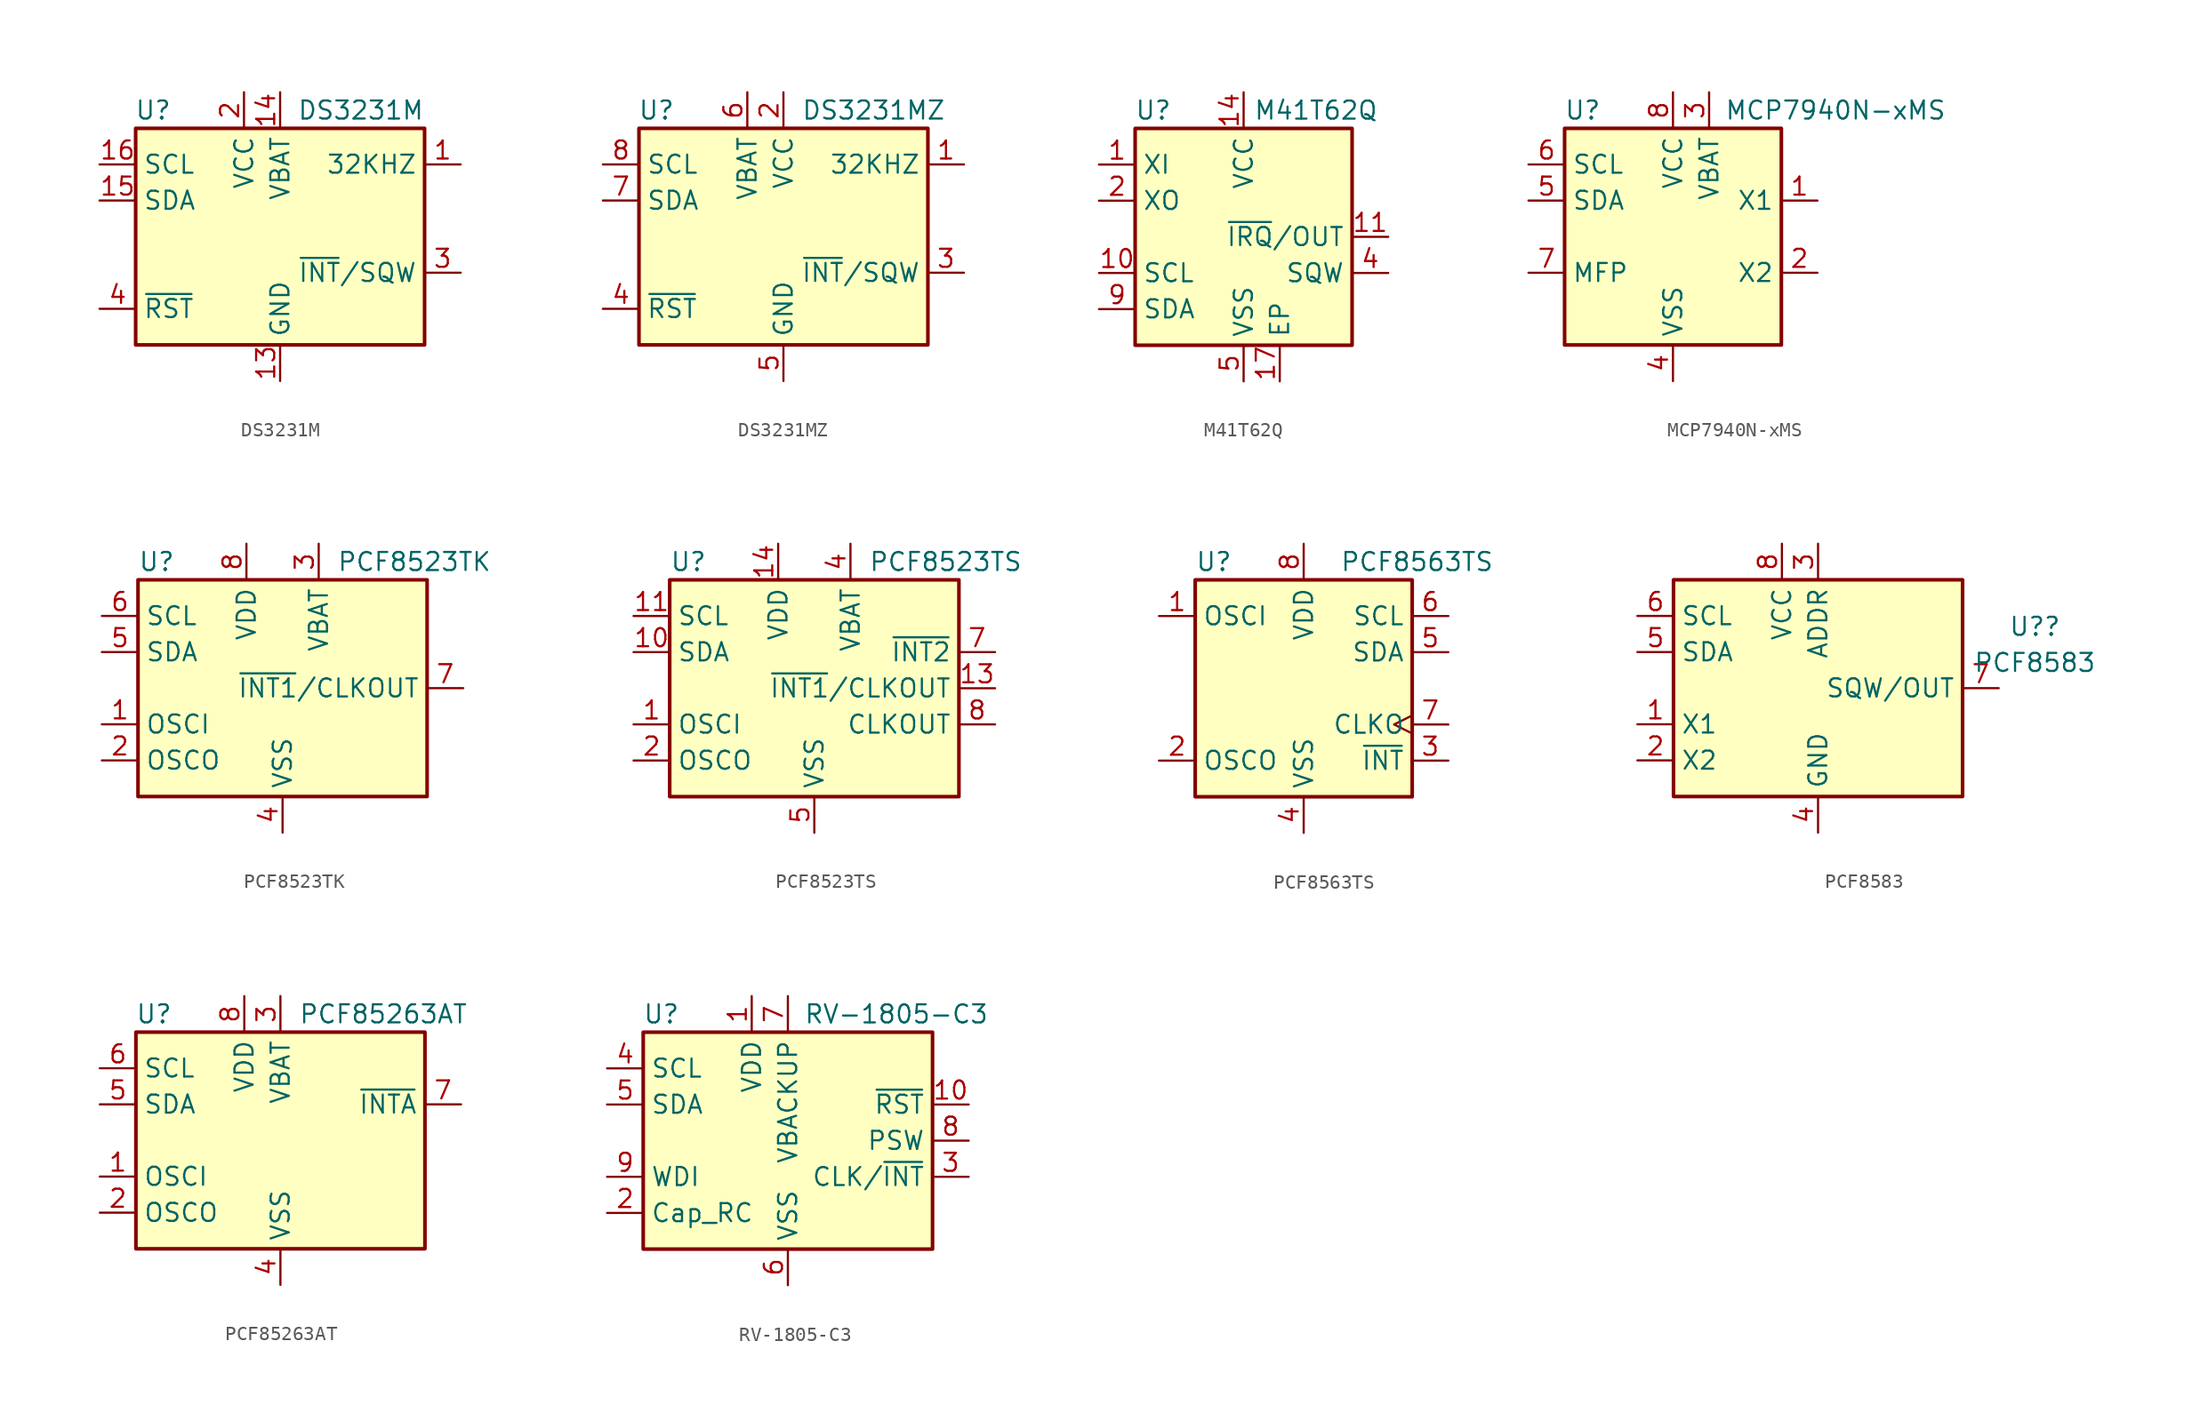
<source format=kicad_sym>
(kicad_symbol_lib
  (version 20211014)
  (generator kicad_symbol_editor)
  (symbol "DS3231M"
    (property "Reference" "U"
      (at -7.62 8.89 0)
      (effects (font (size 1.27 1.27)) (justify right)))
    (property "Value" "DS3231M"
      (at 10.16 8.89 0)
      (effects (font (size 1.27 1.27)) (justify right)))
    (symbol "DS3231M_0_1"
      (rectangle (start -10.16 7.62) (end 10.16 -7.62) (stroke (width 0.254) (type default) (color 0 0 0 0)) (fill (type background))))
    (symbol "DS3231M_1_1"
      (pin open_collector line (at 12.7 5.08 180) (length 2.54) (name "32KHZ" (effects (font (size 1.27 1.27)))) (number "1" (effects (font (size 1.27 1.27)))))
      (pin passive line (at 0 -10.16 90) (length 2.54) hide (name "GND" (effects (font (size 1.27 1.27)))) (number "10" (effects (font (size 1.27 1.27)))))
      (pin passive line (at 0 -10.16 90) (length 2.54) hide (name "GND" (effects (font (size 1.27 1.27)))) (number "11" (effects (font (size 1.27 1.27)))))
      (pin passive line (at 0 -10.16 90) (length 2.54) hide (name "GND" (effects (font (size 1.27 1.27)))) (number "12" (effects (font (size 1.27 1.27)))))
      (pin power_in line (at 0 -10.16 90) (length 2.54) (name "GND" (effects (font (size 1.27 1.27)))) (number "13" (effects (font (size 1.27 1.27)))))
      (pin power_in line (at 0 10.16 270) (length 2.54) (name "VBAT" (effects (font (size 1.27 1.27)))) (number "14" (effects (font (size 1.27 1.27)))))
      (pin bidirectional line (at -12.7 2.54 0) (length 2.54) (name "SDA" (effects (font (size 1.27 1.27)))) (number "15" (effects (font (size 1.27 1.27)))))
      (pin input line (at -12.7 5.08 0) (length 2.54) (name "SCL" (effects (font (size 1.27 1.27)))) (number "16" (effects (font (size 1.27 1.27)))))
      (pin power_in line (at -2.54 10.16 270) (length 2.54) (name "VCC" (effects (font (size 1.27 1.27)))) (number "2" (effects (font (size 1.27 1.27)))))
      (pin open_collector line (at 12.7 -2.54 180) (length 2.54) (name "~{INT}/SQW" (effects (font (size 1.27 1.27)))) (number "3" (effects (font (size 1.27 1.27)))))
      (pin bidirectional line (at -12.7 -5.08 0) (length 2.54) (name "~{RST}" (effects (font (size 1.27 1.27)))) (number "4" (effects (font (size 1.27 1.27)))))
      (pin passive line (at 0 -10.16 90) (length 2.54) hide (name "GND" (effects (font (size 1.27 1.27)))) (number "5" (effects (font (size 1.27 1.27)))))
      (pin passive line (at 0 -10.16 90) (length 2.54) hide (name "GND" (effects (font (size 1.27 1.27)))) (number "6" (effects (font (size 1.27 1.27)))))
      (pin passive line (at 0 -10.16 90) (length 2.54) hide (name "GND" (effects (font (size 1.27 1.27)))) (number "7" (effects (font (size 1.27 1.27)))))
      (pin passive line (at 0 -10.16 90) (length 2.54) hide (name "GND" (effects (font (size 1.27 1.27)))) (number "8" (effects (font (size 1.27 1.27)))))
      (pin passive line (at 0 -10.16 90) (length 2.54) hide (name "GND" (effects (font (size 1.27 1.27)))) (number "9" (effects (font (size 1.27 1.27)))))))
  (symbol "DS3231MZ"
    (property "Reference" "U"
      (at -7.62 8.89 0)
      (effects (font (size 1.27 1.27)) (justify right)))
    (property "Value" "DS3231MZ"
      (at 11.43 8.89 0)
      (effects (font (size 1.27 1.27)) (justify right)))
    (symbol "DS3231MZ_0_1"
      (rectangle (start -10.16 7.62) (end 10.16 -7.62) (stroke (width 0.254) (type default) (color 0 0 0 0)) (fill (type background))))
    (symbol "DS3231MZ_1_1"
      (pin open_collector line (at 12.7 5.08 180) (length 2.54) (name "32KHZ" (effects (font (size 1.27 1.27)))) (number "1" (effects (font (size 1.27 1.27)))))
      (pin power_in line (at 0 10.16 270) (length 2.54) (name "VCC" (effects (font (size 1.27 1.27)))) (number "2" (effects (font (size 1.27 1.27)))))
      (pin open_collector line (at 12.7 -2.54 180) (length 2.54) (name "~{INT}/SQW" (effects (font (size 1.27 1.27)))) (number "3" (effects (font (size 1.27 1.27)))))
      (pin bidirectional line (at -12.7 -5.08 0) (length 2.54) (name "~{RST}" (effects (font (size 1.27 1.27)))) (number "4" (effects (font (size 1.27 1.27)))))
      (pin power_in line (at 0 -10.16 90) (length 2.54) (name "GND" (effects (font (size 1.27 1.27)))) (number "5" (effects (font (size 1.27 1.27)))))
      (pin power_in line (at -2.54 10.16 270) (length 2.54) (name "VBAT" (effects (font (size 1.27 1.27)))) (number "6" (effects (font (size 1.27 1.27)))))
      (pin bidirectional line (at -12.7 2.54 0) (length 2.54) (name "SDA" (effects (font (size 1.27 1.27)))) (number "7" (effects (font (size 1.27 1.27)))))
      (pin input line (at -12.7 5.08 0) (length 2.54) (name "SCL" (effects (font (size 1.27 1.27)))) (number "8" (effects (font (size 1.27 1.27)))))))
  (symbol "M41T62Q"
    (property "Reference" "U"
      (at -6.35 8.89 0)
      (effects (font (size 1.27 1.27))))
    (property "Value" "M41T62Q"
      (at 5.08 8.89 0)
      (effects (font (size 1.27 1.27))))
    (symbol "M41T62Q_0_1"
      (rectangle (start -7.62 7.62) (end 7.62 -7.62) (stroke (width 0.254) (type default) (color 0 0 0 0)) (fill (type background))))
    (symbol "M41T62Q_1_1"
      (pin input line (at -10.16 5.08 0) (length 2.54) (name "XI" (effects (font (size 1.27 1.27)))) (number "1" (effects (font (size 1.27 1.27)))))
      (pin input line (at -10.16 -2.54 0) (length 2.54) (name "SCL" (effects (font (size 1.27 1.27)))) (number "10" (effects (font (size 1.27 1.27)))))
      (pin output line (at 10.16 0 180) (length 2.54) (name "~{IRQ}/OUT" (effects (font (size 1.27 1.27)))) (number "11" (effects (font (size 1.27 1.27)))))
      (pin power_in line (at 0 10.16 270) (length 2.54) (name "VCC" (effects (font (size 1.27 1.27)))) (number "14" (effects (font (size 1.27 1.27)))))
      (pin passive line (at 2.54 -10.16 90) (length 2.54) (name "EP" (effects (font (size 1.27 1.27)))) (number "17" (effects (font (size 1.27 1.27)))))
      (pin input line (at -10.16 2.54 0) (length 2.54) (name "XO" (effects (font (size 1.27 1.27)))) (number "2" (effects (font (size 1.27 1.27)))))
      (pin output line (at 10.16 -2.54 180) (length 2.54) (name "SQW" (effects (font (size 1.27 1.27)))) (number "4" (effects (font (size 1.27 1.27)))))
      (pin power_in line (at 0 -10.16 90) (length 2.54) (name "VSS" (effects (font (size 1.27 1.27)))) (number "5" (effects (font (size 1.27 1.27)))))
      (pin bidirectional line (at -10.16 -5.08 0) (length 2.54) (name "SDA" (effects (font (size 1.27 1.27)))) (number "9" (effects (font (size 1.27 1.27)))))))
  (symbol "MCP7940N-xMS"
    (property "Reference" "U"
      (at -6.35 8.89 0)
      (effects (font (size 1.27 1.27))))
    (property "Value" "MCP7940N-xMS"
      (at 11.43 8.89 0)
      (effects (font (size 1.27 1.27))))
    (symbol "MCP7940N-xMS_0_1"
      (rectangle (start -7.62 7.62) (end 7.62 -7.62) (stroke (width 0.254) (type default) (color 0 0 0 0)) (fill (type background))))
    (symbol "MCP7940N-xMS_1_1"
      (pin input line (at 10.16 2.54 180) (length 2.54) (name "X1" (effects (font (size 1.27 1.27)))) (number "1" (effects (font (size 1.27 1.27)))))
      (pin output line (at 10.16 -2.54 180) (length 2.54) (name "X2" (effects (font (size 1.27 1.27)))) (number "2" (effects (font (size 1.27 1.27)))))
      (pin power_in line (at 2.54 10.16 270) (length 2.54) (name "VBAT" (effects (font (size 1.27 1.27)))) (number "3" (effects (font (size 1.27 1.27)))))
      (pin power_in line (at 0 -10.16 90) (length 2.54) (name "VSS" (effects (font (size 1.27 1.27)))) (number "4" (effects (font (size 1.27 1.27)))))
      (pin bidirectional line (at -10.16 2.54 0) (length 2.54) (name "SDA" (effects (font (size 1.27 1.27)))) (number "5" (effects (font (size 1.27 1.27)))))
      (pin input line (at -10.16 5.08 0) (length 2.54) (name "SCL" (effects (font (size 1.27 1.27)))) (number "6" (effects (font (size 1.27 1.27)))))
      (pin open_collector line (at -10.16 -2.54 0) (length 2.54) (name "MFP" (effects (font (size 1.27 1.27)))) (number "7" (effects (font (size 1.27 1.27)))))
      (pin power_in line (at 0 10.16 270) (length 2.54) (name "VCC" (effects (font (size 1.27 1.27)))) (number "8" (effects (font (size 1.27 1.27)))))))
  (symbol "PCF8523TK"
    (property "Reference" "U"
      (at -10.16 8.89 0)
      (effects (font (size 1.27 1.27)) (justify left)))
    (property "Value" "PCF8523TK"
      (at 3.81 8.89 0)
      (effects (font (size 1.27 1.27)) (justify left)))
    (symbol "PCF8523TK_0_1"
      (rectangle (start -10.16 7.62) (end 10.16 -7.62) (stroke (width 0.254) (type default) (color 0 0 0 0)) (fill (type background))))
    (symbol "PCF8523TK_1_1"
      (pin input line (at -12.7 -2.54 0) (length 2.54) (name "OSCI" (effects (font (size 1.27 1.27)))) (number "1" (effects (font (size 1.27 1.27)))))
      (pin output line (at -12.7 -5.08 0) (length 2.54) (name "OSCO" (effects (font (size 1.27 1.27)))) (number "2" (effects (font (size 1.27 1.27)))))
      (pin power_in line (at 2.54 10.16 270) (length 2.54) (name "VBAT" (effects (font (size 1.27 1.27)))) (number "3" (effects (font (size 1.27 1.27)))))
      (pin power_in line (at 0 -10.16 90) (length 2.54) (name "VSS" (effects (font (size 1.27 1.27)))) (number "4" (effects (font (size 1.27 1.27)))))
      (pin bidirectional line (at -12.7 2.54 0) (length 2.54) (name "SDA" (effects (font (size 1.27 1.27)))) (number "5" (effects (font (size 1.27 1.27)))))
      (pin input line (at -12.7 5.08 0) (length 2.54) (name "SCL" (effects (font (size 1.27 1.27)))) (number "6" (effects (font (size 1.27 1.27)))))
      (pin open_collector line (at 12.7 0 180) (length 2.54) (name "~{INT1}/CLKOUT" (effects (font (size 1.27 1.27)))) (number "7" (effects (font (size 1.27 1.27)))))
      (pin power_in line (at -2.54 10.16 270) (length 2.54) (name "VDD" (effects (font (size 1.27 1.27)))) (number "8" (effects (font (size 1.27 1.27)))))
      (pin passive line (at 0 -10.16 90) (length 2.54) hide (name "VSS" (effects (font (size 1.27 1.27)))) (number "9" (effects (font (size 1.27 1.27)))))))
  (symbol "PCF8523TS"
    (property "Reference" "U"
      (at -10.16 8.89 0)
      (effects (font (size 1.27 1.27)) (justify left)))
    (property "Value" "PCF8523TS"
      (at 3.81 8.89 0)
      (effects (font (size 1.27 1.27)) (justify left)))
    (symbol "PCF8523TS_0_1"
      (rectangle (start -10.16 7.62) (end 10.16 -7.62) (stroke (width 0.254) (type default) (color 0 0 0 0)) (fill (type background))))
    (symbol "PCF8523TS_1_1"
      (pin input line (at -12.7 -2.54 0) (length 2.54) (name "OSCI" (effects (font (size 1.27 1.27)))) (number "1" (effects (font (size 1.27 1.27)))))
      (pin bidirectional line (at -12.7 2.54 0) (length 2.54) (name "SDA" (effects (font (size 1.27 1.27)))) (number "10" (effects (font (size 1.27 1.27)))))
      (pin input line (at -12.7 5.08 0) (length 2.54) (name "SCL" (effects (font (size 1.27 1.27)))) (number "11" (effects (font (size 1.27 1.27)))))
      (pin no_connect line (at 5.08 -7.62 90) (length 2.54) hide (name "NC" (effects (font (size 1.27 1.27)))) (number "12" (effects (font (size 1.27 1.27)))))
      (pin output line (at 12.7 0 180) (length 2.54) (name "~{INT1}/CLKOUT" (effects (font (size 1.27 1.27)))) (number "13" (effects (font (size 1.27 1.27)))))
      (pin power_in line (at -2.54 10.16 270) (length 2.54) (name "VDD" (effects (font (size 1.27 1.27)))) (number "14" (effects (font (size 1.27 1.27)))))
      (pin output line (at -12.7 -5.08 0) (length 2.54) (name "OSCO" (effects (font (size 1.27 1.27)))) (number "2" (effects (font (size 1.27 1.27)))))
      (pin no_connect line (at -5.08 -7.62 90) (length 2.54) hide (name "NC" (effects (font (size 1.27 1.27)))) (number "3" (effects (font (size 1.27 1.27)))))
      (pin power_in line (at 2.54 10.16 270) (length 2.54) (name "VBAT" (effects (font (size 1.27 1.27)))) (number "4" (effects (font (size 1.27 1.27)))))
      (pin power_in line (at 0 -10.16 90) (length 2.54) (name "VSS" (effects (font (size 1.27 1.27)))) (number "5" (effects (font (size 1.27 1.27)))))
      (pin no_connect line (at -2.54 -7.62 90) (length 2.54) hide (name "NC" (effects (font (size 1.27 1.27)))) (number "6" (effects (font (size 1.27 1.27)))))
      (pin open_collector line (at 12.7 2.54 180) (length 2.54) (name "~{INT2}" (effects (font (size 1.27 1.27)))) (number "7" (effects (font (size 1.27 1.27)))))
      (pin open_collector line (at 12.7 -2.54 180) (length 2.54) (name "CLKOUT" (effects (font (size 1.27 1.27)))) (number "8" (effects (font (size 1.27 1.27)))))
      (pin no_connect line (at 2.54 -7.62 90) (length 2.54) hide (name "NC" (effects (font (size 1.27 1.27)))) (number "9" (effects (font (size 1.27 1.27)))))))
  (symbol "PCF8563TS"
    (property "Reference" "U"
      (at -7.62 8.89 0)
      (effects (font (size 1.27 1.27)) (justify left)))
    (property "Value" "PCF8563TS"
      (at 2.54 8.89 0)
      (effects (font (size 1.27 1.27)) (justify left)))
    (symbol "PCF8563TS_0_1"
      (rectangle (start -7.62 7.62) (end 7.62 -7.62) (stroke (width 0.254) (type default) (color 0 0 0 0)) (fill (type background))))
    (symbol "PCF8563TS_1_1"
      (pin input line (at -10.16 5.08 0) (length 2.54) (name "OSCI" (effects (font (size 1.27 1.27)))) (number "1" (effects (font (size 1.27 1.27)))))
      (pin output line (at -10.16 -5.08 0) (length 2.54) (name "OSCO" (effects (font (size 1.27 1.27)))) (number "2" (effects (font (size 1.27 1.27)))))
      (pin output line (at 10.16 -5.08 180) (length 2.54) (name "~{INT}" (effects (font (size 1.27 1.27)))) (number "3" (effects (font (size 1.27 1.27)))))
      (pin power_in line (at 0 -10.16 90) (length 2.54) (name "VSS" (effects (font (size 1.27 1.27)))) (number "4" (effects (font (size 1.27 1.27)))))
      (pin bidirectional line (at 10.16 2.54 180) (length 2.54) (name "SDA" (effects (font (size 1.27 1.27)))) (number "5" (effects (font (size 1.27 1.27)))))
      (pin input line (at 10.16 5.08 180) (length 2.54) (name "SCL" (effects (font (size 1.27 1.27)))) (number "6" (effects (font (size 1.27 1.27)))))
      (pin output clock (at 10.16 -2.54 180) (length 2.54) (name "CLKO" (effects (font (size 1.27 1.27)))) (number "7" (effects (font (size 1.27 1.27)))))
      (pin power_in line (at 0 10.16 270) (length 2.54) (name "VDD" (effects (font (size 1.27 1.27)))) (number "8" (effects (font (size 1.27 1.27)))))))
  (symbol "PCF8583"
    (property "Reference" "U?"
      (at 15.24 4.331 0)
      (effects (font (size 1.27 1.27))))
    (property "Value" "PCF8583"
      (at 15.24 1.791 0)
      (effects (font (size 1.27 1.27))))
    (symbol "PCF8583_0_1"
      (rectangle (start -10.16 7.62) (end 10.16 -7.62) (stroke (width 0.254) (type default) (color 0 0 0 0)) (fill (type background))))
    (symbol "PCF8583_1_1"
      (pin input line (at -12.7 -2.54 0) (length 2.54) (name "X1" (effects (font (size 1.27 1.27)))) (number "1" (effects (font (size 1.27 1.27)))))
      (pin input line (at -12.7 -5.08 0) (length 2.54) (name "X2" (effects (font (size 1.27 1.27)))) (number "2" (effects (font (size 1.27 1.27)))))
      (pin power_in line (at 0 10.16 270) (length 2.54) (name "ADDR" (effects (font (size 1.27 1.27)))) (number "3" (effects (font (size 1.27 1.27)))))
      (pin power_in line (at 0 -10.16 90) (length 2.54) (name "GND" (effects (font (size 1.27 1.27)))) (number "4" (effects (font (size 1.27 1.27)))))
      (pin bidirectional line (at -12.7 2.54 0) (length 2.54) (name "SDA" (effects (font (size 1.27 1.27)))) (number "5" (effects (font (size 1.27 1.27)))))
      (pin input line (at -12.7 5.08 0) (length 2.54) (name "SCL" (effects (font (size 1.27 1.27)))) (number "6" (effects (font (size 1.27 1.27)))))
      (pin open_collector line (at 12.7 0 180) (length 2.54) (name "SQW/OUT" (effects (font (size 1.27 1.27)))) (number "7" (effects (font (size 1.27 1.27)))))
      (pin power_in line (at -2.54 10.16 270) (length 2.54) (name "VCC" (effects (font (size 1.27 1.27)))) (number "8" (effects (font (size 1.27 1.27)))))))
  (symbol "PCF85263AT"
    (property "Reference" "U"
      (at -8.89 8.89 0)
      (effects (font (size 1.27 1.27))))
    (property "Value" "PCF85263AT"
      (at 1.27 8.89 0)
      (effects (font (size 1.27 1.27)) (justify left)))
    (symbol "PCF85263AT_0_1"
      (rectangle (start -10.16 7.62) (end 10.16 -7.62) (stroke (width 0.254) (type default) (color 0 0 0 0)) (fill (type background))))
    (symbol "PCF85263AT_1_1"
      (pin input line (at -12.7 -2.54 0) (length 2.54) (name "OSCI" (effects (font (size 1.27 1.27)))) (number "1" (effects (font (size 1.27 1.27)))))
      (pin output line (at -12.7 -5.08 0) (length 2.54) (name "OSCO" (effects (font (size 1.27 1.27)))) (number "2" (effects (font (size 1.27 1.27)))))
      (pin power_in line (at 0 10.16 270) (length 2.54) (name "VBAT" (effects (font (size 1.27 1.27)))) (number "3" (effects (font (size 1.27 1.27)))))
      (pin power_in line (at 0 -10.16 90) (length 2.54) (name "VSS" (effects (font (size 1.27 1.27)))) (number "4" (effects (font (size 1.27 1.27)))))
      (pin bidirectional line (at -12.7 2.54 0) (length 2.54) (name "SDA" (effects (font (size 1.27 1.27)))) (number "5" (effects (font (size 1.27 1.27)))))
      (pin input line (at -12.7 5.08 0) (length 2.54) (name "SCL" (effects (font (size 1.27 1.27)))) (number "6" (effects (font (size 1.27 1.27)))))
      (pin open_collector line (at 12.7 2.54 180) (length 2.54) (name "~{INTA}" (effects (font (size 1.27 1.27)))) (number "7" (effects (font (size 1.27 1.27)))))
      (pin power_in line (at -2.54 10.16 270) (length 2.54) (name "VDD" (effects (font (size 1.27 1.27)))) (number "8" (effects (font (size 1.27 1.27)))))))
  (symbol "RV-1805-C3"
    (property "Reference" "U"
      (at -8.89 8.89 0)
      (effects (font (size 1.27 1.27))))
    (property "Value" "RV-1805-C3"
      (at 7.62 8.89 0)
      (effects (font (size 1.27 1.27))))
    (symbol "RV-1805-C3_0_1"
      (rectangle (start 10.16 7.62) (end -10.16 -7.62) (stroke (width 0.254) (type default) (color 0 0 0 0)) (fill (type background))))
    (symbol "RV-1805-C3_1_1"
      (pin power_in line (at -2.54 10.16 270) (length 2.54) (name "VDD" (effects (font (size 1.27 1.27)))) (number "1" (effects (font (size 1.27 1.27)))))
      (pin open_collector line (at 12.7 2.54 180) (length 2.54) (name "~{RST}" (effects (font (size 1.27 1.27)))) (number "10" (effects (font (size 1.27 1.27)))))
      (pin passive line (at -12.7 -5.08 0) (length 2.54) (name "Cap_RC" (effects (font (size 1.27 1.27)))) (number "2" (effects (font (size 1.27 1.27)))))
      (pin open_collector line (at 12.7 -2.54 180) (length 2.54) (name "CLK/~{INT}" (effects (font (size 1.27 1.27)))) (number "3" (effects (font (size 1.27 1.27)))))
      (pin input line (at -12.7 5.08 0) (length 2.54) (name "SCL" (effects (font (size 1.27 1.27)))) (number "4" (effects (font (size 1.27 1.27)))))
      (pin bidirectional line (at -12.7 2.54 0) (length 2.54) (name "SDA" (effects (font (size 1.27 1.27)))) (number "5" (effects (font (size 1.27 1.27)))))
      (pin power_in line (at 0 -10.16 90) (length 2.54) (name "VSS" (effects (font (size 1.27 1.27)))) (number "6" (effects (font (size 1.27 1.27)))))
      (pin power_in line (at 0 10.16 270) (length 2.54) (name "VBACKUP" (effects (font (size 1.27 1.27)))) (number "7" (effects (font (size 1.27 1.27)))))
      (pin open_collector line (at 12.7 0 180) (length 2.54) (name "PSW" (effects (font (size 1.27 1.27)))) (number "8" (effects (font (size 1.27 1.27)))))
      (pin input line (at -12.7 -2.54 0) (length 2.54) (name "WDI" (effects (font (size 1.27 1.27)))) (number "9" (effects (font (size 1.27 1.27))))))))
</source>
